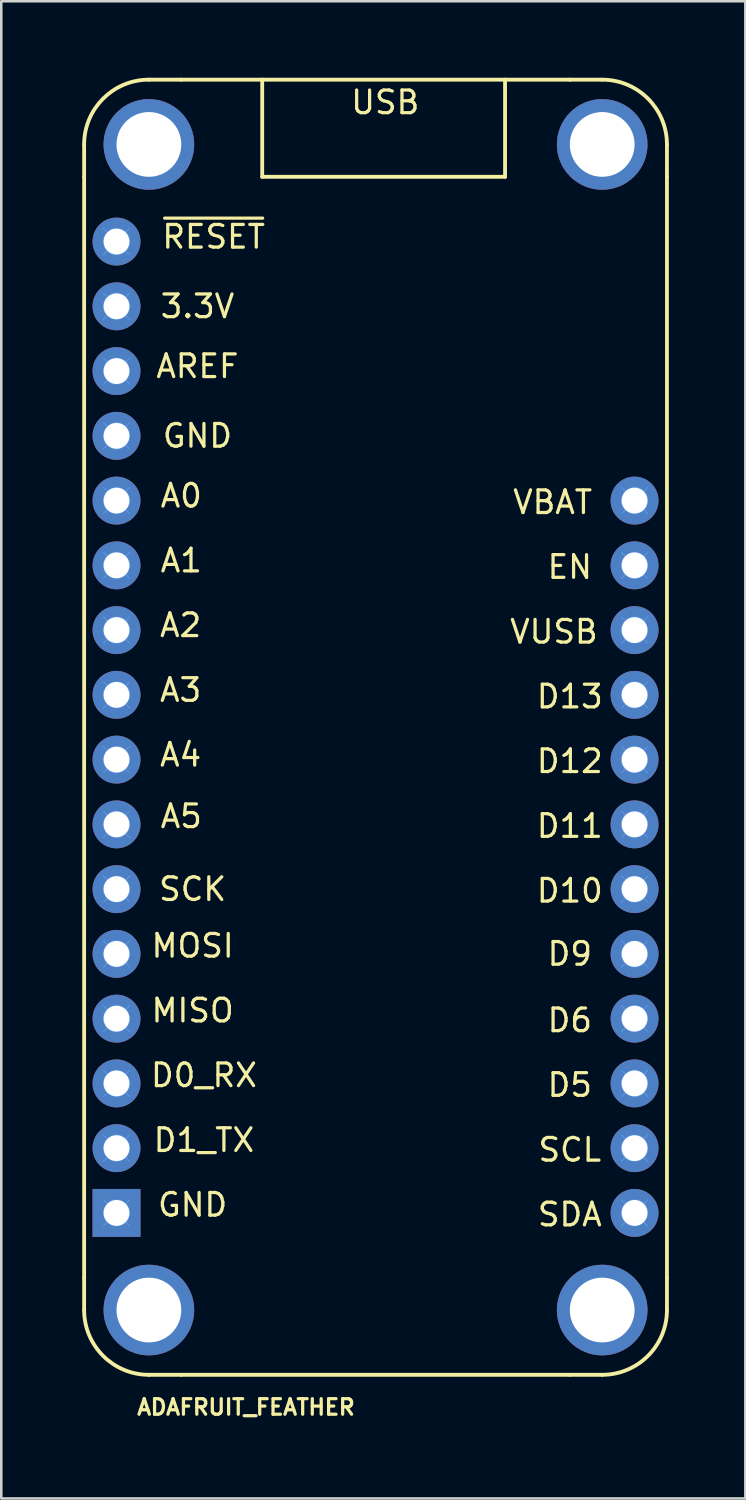
<source format=kicad_pcb>
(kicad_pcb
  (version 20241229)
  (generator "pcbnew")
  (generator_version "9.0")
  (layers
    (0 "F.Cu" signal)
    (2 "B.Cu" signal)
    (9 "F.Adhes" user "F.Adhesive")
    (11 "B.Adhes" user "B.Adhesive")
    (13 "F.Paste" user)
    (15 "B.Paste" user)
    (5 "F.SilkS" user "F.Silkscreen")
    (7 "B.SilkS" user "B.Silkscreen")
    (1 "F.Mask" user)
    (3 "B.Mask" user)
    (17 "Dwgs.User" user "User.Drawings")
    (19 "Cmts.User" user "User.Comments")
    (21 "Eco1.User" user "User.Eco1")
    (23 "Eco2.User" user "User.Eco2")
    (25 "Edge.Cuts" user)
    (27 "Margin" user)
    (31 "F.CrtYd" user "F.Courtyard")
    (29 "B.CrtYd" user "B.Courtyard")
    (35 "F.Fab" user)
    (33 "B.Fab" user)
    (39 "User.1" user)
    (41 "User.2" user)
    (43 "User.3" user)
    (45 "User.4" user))
  (footprint "ADAFRUIT_FEATHER"
    (layer "F.Cu")
    (at 0.25 50.875)
    (property "Reference" "ADAFRUIT_FEATHER" (at 6.35 1.27 0) (layer "F.SilkS") (effects (font (size 0.61 0.61) (thickness 0.127))))
    (attr exclude_from_pos_files exclude_from_bom)
    (fp_line (start 0 -48.26) (end 0 -46.99) (stroke (width 0.15) (type solid)) (layer "F.SilkS"))
    (fp_line (start 0 -46.99) (end 0 -3.81) (stroke (width 0.15) (type solid)) (layer "F.SilkS"))
    (fp_line (start 0 -2.54) (end 0 -3.81) (stroke (width 0.15) (type solid)) (layer "F.SilkS"))
    (fp_line (start 2.54 -50.8) (end 3.81 -50.8) (stroke (width 0.15) (type solid)) (layer "F.SilkS"))
    (fp_line (start 2.54 0) (end 3.81 0) (stroke (width 0.15) (type solid)) (layer "F.SilkS"))
    (fp_line (start 3.81 0) (end 19.05 0) (stroke (width 0.15) (type solid)) (layer "F.SilkS"))
    (fp_line (start 6.985 -50.8) (end 6.985 -46.99) (stroke (width 0.15) (type solid)) (layer "F.SilkS"))
    (fp_line (start 6.985 -46.99) (end 16.51 -46.99) (stroke (width 0.15) (type solid)) (layer "F.SilkS"))
    (fp_line (start 16.51 -46.99) (end 16.51 -50.8) (stroke (width 0.15) (type solid)) (layer "F.SilkS"))
    (fp_line (start 19.05 -50.8) (end 3.81 -50.8) (stroke (width 0.15) (type solid)) (layer "F.SilkS"))
    (fp_line (start 19.05 -50.8) (end 20.32 -50.8) (stroke (width 0.15) (type solid)) (layer "F.SilkS"))
    (fp_line (start 19.05 0) (end 20.32 0) (stroke (width 0.15) (type solid)) (layer "F.SilkS"))
    (fp_line (start 22.86 -46.99) (end 22.86 -48.26) (stroke (width 0.15) (type solid)) (layer "F.SilkS"))
    (fp_line (start 22.86 -3.81) (end 22.86 -46.99) (stroke (width 0.15) (type solid)) (layer "F.SilkS"))
    (fp_line (start 22.86 -3.81) (end 22.86 -2.54) (stroke (width 0.15) (type solid)) (layer "F.SilkS"))
    (fp_arc (start 0 -48.26) (mid 0.743949 -50.056051) (end 2.54 -50.8) (stroke (width 0.15) (type solid)) (layer "F.SilkS"))
    (fp_arc (start 2.54 0) (mid 0.743949 -0.743949) (end 0 -2.54) (stroke (width 0.15) (type solid)) (layer "F.SilkS"))
    (fp_arc (start 20.32 -50.8) (mid 22.116051 -50.056051) (end 22.86 -48.26) (stroke (width 0.15) (type solid)) (layer "F.SilkS"))
    (fp_arc (start 22.86 -2.54) (mid 22.116051 -0.743949) (end 20.32 0) (stroke (width 0.15) (type solid)) (layer "F.SilkS"))
    (fp_line (start 0.762 -44.958) (end 1.778 -43.942) (stroke (width 0.05) (type solid)) (layer "Cmts.User"))
    (fp_line (start 0.762 -42.418) (end 1.778 -41.402) (stroke (width 0.05) (type solid)) (layer "Cmts.User"))
    (fp_line (start 0.762 -39.878) (end 1.778 -38.862) (stroke (width 0.05) (type solid)) (layer "Cmts.User"))
    (fp_line (start 0.762 -37.338) (end 1.778 -36.322) (stroke (width 0.05) (type solid)) (layer "Cmts.User"))
    (fp_line (start 0.762 -34.798) (end 1.778 -33.782) (stroke (width 0.05) (type solid)) (layer "Cmts.User"))
    (fp_line (start 0.762 -32.258) (end 1.778 -31.242) (stroke (width 0.05) (type solid)) (layer "Cmts.User"))
    (fp_line (start 0.762 -29.718) (end 1.778 -28.702) (stroke (width 0.05) (type solid)) (layer "Cmts.User"))
    (fp_line (start 0.762 -27.178) (end 1.778 -26.162) (stroke (width 0.05) (type solid)) (layer "Cmts.User"))
    (fp_line (start 0.762 -24.638) (end 1.778 -23.622) (stroke (width 0.05) (type solid)) (layer "Cmts.User"))
    (fp_line (start 0.762 -22.098) (end 1.778 -21.082) (stroke (width 0.05) (type solid)) (layer "Cmts.User"))
    (fp_line (start 0.762 -19.558) (end 1.778 -18.542) (stroke (width 0.05) (type solid)) (layer "Cmts.User"))
    (fp_line (start 0.762 -17.018) (end 1.778 -16.002) (stroke (width 0.05) (type solid)) (layer "Cmts.User"))
    (fp_line (start 0.762 -14.478) (end 1.778 -13.462) (stroke (width 0.05) (type solid)) (layer "Cmts.User"))
    (fp_line (start 0.762 -11.938) (end 1.778 -10.922) (stroke (width 0.05) (type solid)) (layer "Cmts.User"))
    (fp_line (start 0.762 -9.398) (end 1.778 -8.382) (stroke (width 0.05) (type solid)) (layer "Cmts.User"))
    (fp_line (start 0.762 -6.858) (end 1.778 -5.842) (stroke (width 0.05) (type solid)) (layer "Cmts.User"))
    (fp_line (start 1.778 -44.958) (end 0.762 -43.942) (stroke (width 0.05) (type solid)) (layer "Cmts.User"))
    (fp_line (start 1.778 -42.418) (end 0.762 -41.402) (stroke (width 0.05) (type solid)) (layer "Cmts.User"))
    (fp_line (start 1.778 -39.878) (end 0.762 -38.862) (stroke (width 0.05) (type solid)) (layer "Cmts.User"))
    (fp_line (start 1.778 -37.338) (end 0.762 -36.322) (stroke (width 0.05) (type solid)) (layer "Cmts.User"))
    (fp_line (start 1.778 -34.798) (end 0.762 -33.782) (stroke (width 0.05) (type solid)) (layer "Cmts.User"))
    (fp_line (start 1.778 -32.258) (end 0.762 -31.242) (stroke (width 0.05) (type solid)) (layer "Cmts.User"))
    (fp_line (start 1.778 -29.718) (end 0.762 -28.702) (stroke (width 0.05) (type solid)) (layer "Cmts.User"))
    (fp_line (start 1.778 -27.178) (end 0.762 -26.162) (stroke (width 0.05) (type solid)) (layer "Cmts.User"))
    (fp_line (start 1.778 -24.638) (end 0.762 -23.622) (stroke (width 0.05) (type solid)) (layer "Cmts.User"))
    (fp_line (start 1.778 -22.098) (end 0.762 -21.082) (stroke (width 0.05) (type solid)) (layer "Cmts.User"))
    (fp_line (start 1.778 -19.558) (end 0.762 -18.542) (stroke (width 0.05) (type solid)) (layer "Cmts.User"))
    (fp_line (start 1.778 -17.018) (end 0.762 -16.002) (stroke (width 0.05) (type solid)) (layer "Cmts.User"))
    (fp_line (start 1.778 -14.478) (end 0.762 -13.462) (stroke (width 0.05) (type solid)) (layer "Cmts.User"))
    (fp_line (start 1.778 -11.938) (end 0.762 -10.922) (stroke (width 0.05) (type solid)) (layer "Cmts.User"))
    (fp_line (start 1.778 -9.398) (end 0.762 -8.382) (stroke (width 0.05) (type solid)) (layer "Cmts.User"))
    (fp_line (start 1.778 -6.858) (end 0.762 -5.842) (stroke (width 0.05) (type solid)) (layer "Cmts.User"))
    (fp_line (start 21.082 -34.798) (end 22.098 -33.782) (stroke (width 0.05) (type solid)) (layer "Cmts.User"))
    (fp_line (start 21.082 -32.258) (end 22.098 -31.242) (stroke (width 0.05) (type solid)) (layer "Cmts.User"))
    (fp_line (start 21.082 -29.718) (end 22.098 -28.702) (stroke (width 0.05) (type solid)) (layer "Cmts.User"))
    (fp_line (start 21.082 -27.178) (end 22.098 -26.162) (stroke (width 0.05) (type solid)) (layer "Cmts.User"))
    (fp_line (start 21.082 -24.638) (end 22.098 -23.622) (stroke (width 0.05) (type solid)) (layer "Cmts.User"))
    (fp_line (start 21.082 -22.098) (end 22.098 -21.082) (stroke (width 0.05) (type solid)) (layer "Cmts.User"))
    (fp_line (start 21.082 -19.558) (end 22.098 -18.542) (stroke (width 0.05) (type solid)) (layer "Cmts.User"))
    (fp_line (start 21.082 -17.018) (end 22.098 -16.002) (stroke (width 0.05) (type solid)) (layer "Cmts.User"))
    (fp_line (start 21.082 -14.478) (end 22.098 -13.462) (stroke (width 0.05) (type solid)) (layer "Cmts.User"))
    (fp_line (start 21.082 -11.938) (end 22.098 -10.922) (stroke (width 0.05) (type solid)) (layer "Cmts.User"))
    (fp_line (start 21.082 -9.398) (end 22.098 -8.382) (stroke (width 0.05) (type solid)) (layer "Cmts.User"))
    (fp_line (start 21.082 -6.858) (end 22.098 -5.842) (stroke (width 0.05) (type solid)) (layer "Cmts.User"))
    (fp_line (start 22.098 -34.798) (end 21.082 -33.782) (stroke (width 0.05) (type solid)) (layer "Cmts.User"))
    (fp_line (start 22.098 -32.258) (end 21.082 -31.242) (stroke (width 0.05) (type solid)) (layer "Cmts.User"))
    (fp_line (start 22.098 -29.718) (end 21.082 -28.702) (stroke (width 0.05) (type solid)) (layer "Cmts.User"))
    (fp_line (start 22.098 -27.178) (end 21.082 -26.162) (stroke (width 0.05) (type solid)) (layer "Cmts.User"))
    (fp_line (start 22.098 -24.638) (end 21.082 -23.622) (stroke (width 0.05) (type solid)) (layer "Cmts.User"))
    (fp_line (start 22.098 -22.098) (end 21.082 -21.082) (stroke (width 0.05) (type solid)) (layer "Cmts.User"))
    (fp_line (start 22.098 -19.558) (end 21.082 -18.542) (stroke (width 0.05) (type solid)) (layer "Cmts.User"))
    (fp_line (start 22.098 -17.018) (end 21.082 -16.002) (stroke (width 0.05) (type solid)) (layer "Cmts.User"))
    (fp_line (start 22.098 -14.478) (end 21.082 -13.462) (stroke (width 0.05) (type solid)) (layer "Cmts.User"))
    (fp_line (start 22.098 -11.938) (end 21.082 -10.922) (stroke (width 0.05) (type solid)) (layer "Cmts.User"))
    (fp_line (start 22.098 -9.398) (end 21.082 -8.382) (stroke (width 0.05) (type solid)) (layer "Cmts.User"))
    (fp_line (start 22.098 -6.858) (end 21.082 -5.842) (stroke (width 0.05) (type solid)) (layer "Cmts.User"))
    (fp_circle (center 1.27 -44.45) (end 1.27 -43.942) (stroke (width 0.05) (type solid)) (fill no) (layer "Cmts.User"))
    (fp_circle (center 1.27 -41.91) (end 1.27 -41.402) (stroke (width 0.05) (type solid)) (fill no) (layer "Cmts.User"))
    (fp_circle (center 1.27 -39.37) (end 1.27 -38.862) (stroke (width 0.05) (type solid)) (fill no) (layer "Cmts.User"))
    (fp_circle (center 1.27 -36.83) (end 1.27 -36.322) (stroke (width 0.05) (type solid)) (fill no) (layer "Cmts.User"))
    (fp_circle (center 1.27 -34.29) (end 1.27 -33.782) (stroke (width 0.05) (type solid)) (fill no) (layer "Cmts.User"))
    (fp_circle (center 1.27 -31.75) (end 1.27 -31.242) (stroke (width 0.05) (type solid)) (fill no) (layer "Cmts.User"))
    (fp_circle (center 1.27 -29.21) (end 1.27 -28.702) (stroke (width 0.05) (type solid)) (fill no) (layer "Cmts.User"))
    (fp_circle (center 1.27 -26.67) (end 1.27 -26.162) (stroke (width 0.05) (type solid)) (fill no) (layer "Cmts.User"))
    (fp_circle (center 1.27 -24.13) (end 1.27 -23.622) (stroke (width 0.05) (type solid)) (fill no) (layer "Cmts.User"))
    (fp_circle (center 1.27 -21.59) (end 1.27 -21.082) (stroke (width 0.05) (type solid)) (fill no) (layer "Cmts.User"))
    (fp_circle (center 1.27 -19.05) (end 1.27 -18.542) (stroke (width 0.05) (type solid)) (fill no) (layer "Cmts.User"))
    (fp_circle (center 1.27 -16.51) (end 1.27 -16.002) (stroke (width 0.05) (type solid)) (fill no) (layer "Cmts.User"))
    (fp_circle (center 1.27 -13.97) (end 1.27 -13.462) (stroke (width 0.05) (type solid)) (fill no) (layer "Cmts.User"))
    (fp_circle (center 1.27 -11.43) (end 1.27 -10.922) (stroke (width 0.05) (type solid)) (fill no) (layer "Cmts.User"))
    (fp_circle (center 1.27 -8.89) (end 1.27 -8.382) (stroke (width 0.05) (type solid)) (fill no) (layer "Cmts.User"))
    (fp_circle (center 1.27 -6.35) (end 1.27 -5.842) (stroke (width 0.05) (type solid)) (fill no) (layer "Cmts.User"))
    (fp_circle (center 21.59 -34.29) (end 21.59 -33.782) (stroke (width 0.05) (type solid)) (fill no) (layer "Cmts.User"))
    (fp_circle (center 21.59 -31.75) (end 21.59 -31.242) (stroke (width 0.05) (type solid)) (fill no) (layer "Cmts.User"))
    (fp_circle (center 21.59 -29.21) (end 21.59 -28.702) (stroke (width 0.05) (type solid)) (fill no) (layer "Cmts.User"))
    (fp_circle (center 21.59 -26.67) (end 21.59 -26.162) (stroke (width 0.05) (type solid)) (fill no) (layer "Cmts.User"))
    (fp_circle (center 21.59 -24.13) (end 21.59 -23.622) (stroke (width 0.05) (type solid)) (fill no) (layer "Cmts.User"))
    (fp_circle (center 21.59 -21.59) (end 21.59 -21.082) (stroke (width 0.05) (type solid)) (fill no) (layer "Cmts.User"))
    (fp_circle (center 21.59 -19.05) (end 21.59 -18.542) (stroke (width 0.05) (type solid)) (fill no) (layer "Cmts.User"))
    (fp_circle (center 21.59 -16.51) (end 21.59 -16.002) (stroke (width 0.05) (type solid)) (fill no) (layer "Cmts.User"))
    (fp_circle (center 21.59 -13.97) (end 21.59 -13.462) (stroke (width 0.05) (type solid)) (fill no) (layer "Cmts.User"))
    (fp_circle (center 21.59 -11.43) (end 21.59 -10.922) (stroke (width 0.05) (type solid)) (fill no) (layer "Cmts.User"))
    (fp_circle (center 21.59 -8.89) (end 21.59 -8.382) (stroke (width 0.05) (type solid)) (fill no) (layer "Cmts.User"))
    (fp_circle (center 21.59 -6.35) (end 21.59 -5.842) (stroke (width 0.05) (type solid)) (fill no) (layer "Cmts.User"))
    (fp_text user "A4" (at 3.785 -24.32 0) (layer "F.SilkS") (effects (font (size 0.889 0.889) (thickness 0.127))))
    (fp_text user "A2" (at 3.785 -29.401 0) (layer "F.SilkS") (effects (font (size 0.889 0.889) (thickness 0.127))))
    (fp_text user "A3" (at 3.785 -26.86 0) (layer "F.SilkS") (effects (font (size 0.889 0.889) (thickness 0.127))))
    (fp_text user "MOSI" (at 4.255 -16.828 0) (layer "F.SilkS") (effects (font (size 0.889 0.889) (thickness 0.127))))
    (fp_text user "SCK" (at 4.255 -19.05 0) (layer "F.SilkS") (effects (font (size 0.889 0.889) (thickness 0.127))))
    (fp_text user "A0" (at 3.81 -34.48 0) (layer "F.SilkS") (effects (font (size 0.889 0.889) (thickness 0.127))))
    (fp_text user "D13" (at 19.05 -26.604 0) (layer "F.SilkS") (effects (font (size 0.889 0.889) (thickness 0.127))))
    (fp_text user "D9" (at 19.05 -16.51 0) (layer "F.SilkS") (effects (font (size 0.889 0.889) (thickness 0.127))))
    (fp_text user "D6" (at 19.05 -13.904 0) (layer "F.SilkS") (effects (font (size 0.889 0.889) (thickness 0.127))))
    (fp_text user "SDA" (at 19.05 -6.287 0) (layer "F.SilkS") (effects (font (size 0.889 0.889) (thickness 0.127))))
    (fp_text user "A1" (at 3.81 -31.938 0) (layer "F.SilkS") (effects (font (size 0.889 0.889) (thickness 0.127))))
    (fp_text user "D10" (at 19.05 -18.986 0) (layer "F.SilkS") (effects (font (size 0.889 0.889) (thickness 0.127))))
    (fp_text user "VBAT" (at 18.377 -34.227 0) (layer "F.SilkS") (effects (font (size 0.889 0.889) (thickness 0.127))))
    (fp_text user "USB" (at 11.811 -49.911 0) (layer "F.SilkS") (effects (font (size 0.889 0.889) (thickness 0.127))))
    (fp_text user "D11" (at 19.05 -21.526 0) (layer "F.SilkS") (effects (font (size 0.889 0.889) (thickness 0.127))))
    (fp_text user "D0_RX" (at 4.699 -11.748 0) (layer "F.SilkS") (effects (font (size 0.889 0.889) (thickness 0.127))))
    (fp_text user "A5" (at 3.81 -21.907 0) (layer "F.SilkS") (effects (font (size 0.889 0.889) (thickness 0.127))))
    (fp_text user "SCL" (at 19.05 -8.826 0) (layer "F.SilkS") (effects (font (size 0.889 0.889) (thickness 0.127))))
    (fp_text user "~{RESET}" (at 5.08 -44.638 0) (layer "F.SilkS") (effects (font (size 0.889 0.889) (thickness 0.127))))
    (fp_text user "AREF" (at 4.445 -39.56 0) (layer "F.SilkS") (effects (font (size 0.889 0.889) (thickness 0.127))))
    (fp_text user "3.3V" (at 4.445 -41.91 0) (layer "F.SilkS") (effects (font (size 0.889 0.889) (thickness 0.127))))
    (fp_text user "MISO" (at 4.255 -14.287 0) (layer "F.SilkS") (effects (font (size 0.889 0.889) (thickness 0.127))))
    (fp_text user "D5" (at 19.05 -11.367 0) (layer "F.SilkS") (effects (font (size 0.889 0.889) (thickness 0.127))))
    (fp_text user "EN" (at 19.05 -31.686 0) (layer "F.SilkS") (effects (font (size 0.889 0.889) (thickness 0.127))))
    (fp_text user "GND" (at 4.255 -6.668 0) (layer "F.SilkS") (effects (font (size 0.889 0.889) (thickness 0.127))))
    (fp_text user "D12" (at 19.05 -24.067 0) (layer "F.SilkS") (effects (font (size 0.889 0.889) (thickness 0.127))))
    (fp_text user "D1_TX" (at 4.699 -9.205 0) (layer "F.SilkS") (effects (font (size 0.889 0.889) (thickness 0.127))))
    (fp_text user "VUSB" (at 18.428 -29.146 0) (layer "F.SilkS") (effects (font (size 0.889 0.889) (thickness 0.127))))
    (fp_text user "GND" (at 4.445 -36.83 0) (layer "F.SilkS") (effects (font (size 0.889 0.889) (thickness 0.127))))
    (pad "" np_thru_hole circle (at 2.54 -48.26 90) (size 3.556 3.556) (drill 2.54) (layers "*.Cu" "*.Mask"))
    (pad "" np_thru_hole circle (at 2.54 -2.54 90) (size 3.556 3.556) (drill 2.54) (layers "*.Cu" "*.Mask"))
    (pad "" np_thru_hole circle (at 20.32 -48.26 90) (size 3.556 3.556) (drill 2.54) (layers "*.Cu" "*.Mask"))
    (pad "" np_thru_hole circle (at 20.32 -2.54 90) (size 3.556 3.556) (drill 2.54) (layers "*.Cu" "*.Mask"))
    (pad "1" thru_hole circle (at 1.27 -44.45) (size 1.88 1.88) (drill 1.016) (layers "*.Cu" "*.Mask"))
    (pad "2" thru_hole circle (at 1.27 -41.91) (size 1.88 1.88) (drill 1.016) (layers "*.Cu" "*.Mask"))
    (pad "3" thru_hole circle (at 1.27 -39.37) (size 1.88 1.88) (drill 1.016) (layers "*.Cu" "*.Mask"))
    (pad "4" thru_hole circle (at 1.27 -36.83) (size 1.88 1.88) (drill 1.016) (layers "*.Cu" "*.Mask"))
    (pad "5" thru_hole circle (at 1.27 -34.29) (size 1.88 1.88) (drill 1.016) (layers "*.Cu" "*.Mask"))
    (pad "6" thru_hole circle (at 1.27 -31.75) (size 1.88 1.88) (drill 1.016) (layers "*.Cu" "*.Mask"))
    (pad "7" thru_hole circle (at 1.27 -29.21) (size 1.88 1.88) (drill 1.016) (layers "*.Cu" "*.Mask"))
    (pad "8" thru_hole circle (at 1.27 -26.67) (size 1.88 1.88) (drill 1.016) (layers "*.Cu" "*.Mask"))
    (pad "9" thru_hole circle (at 1.27 -24.13) (size 1.88 1.88) (drill 1.016) (layers "*.Cu" "*.Mask"))
    (pad "10" thru_hole circle (at 1.27 -21.59) (size 1.88 1.88) (drill 1.016) (layers "*.Cu" "*.Mask"))
    (pad "11" thru_hole circle (at 1.27 -19.05 90) (size 1.88 1.88) (drill 1.016) (layers "*.Cu" "*.Mask"))
    (pad "12" thru_hole circle (at 1.27 -16.51) (size 1.88 1.88) (drill 1.016) (layers "*.Cu" "*.Mask"))
    (pad "13" thru_hole circle (at 1.27 -13.97) (size 1.88 1.88) (drill 1.016) (layers "*.Cu" "*.Mask"))
    (pad "14" thru_hole circle (at 1.27 -11.43) (size 1.88 1.88) (drill 1.016) (layers "*.Cu" "*.Mask"))
    (pad "15" thru_hole circle (at 1.27 -8.89) (size 1.88 1.88) (drill 1.016) (layers "*.Cu" "*.Mask"))
    (pad "16" thru_hole rect (at 1.27 -6.35) (size 1.88 1.88) (drill 1.016) (layers "*.Cu" "*.Mask"))
    (pad "17" thru_hole circle (at 21.59 -6.35) (size 1.88 1.88) (drill 1.016) (layers "*.Cu" "*.Mask"))
    (pad "18" thru_hole circle (at 21.59 -8.89) (size 1.88 1.88) (drill 1.016) (layers "*.Cu" "*.Mask"))
    (pad "19" thru_hole circle (at 21.59 -11.43) (size 1.88 1.88) (drill 1.016) (layers "*.Cu" "*.Mask"))
    (pad "20" thru_hole circle (at 21.59 -13.97) (size 1.88 1.88) (drill 1.016) (layers "*.Cu" "*.Mask"))
    (pad "21" thru_hole circle (at 21.59 -16.51) (size 1.88 1.88) (drill 1.016) (layers "*.Cu" "*.Mask"))
    (pad "22" thru_hole circle (at 21.59 -19.05) (size 1.88 1.88) (drill 1.016) (layers "*.Cu" "*.Mask"))
    (pad "23" thru_hole circle (at 21.59 -21.59) (size 1.88 1.88) (drill 1.016) (layers "*.Cu" "*.Mask"))
    (pad "24" thru_hole circle (at 21.59 -24.13) (size 1.88 1.88) (drill 1.016) (layers "*.Cu" "*.Mask"))
    (pad "25" thru_hole circle (at 21.59 -26.67) (size 1.88 1.88) (drill 1.016) (layers "*.Cu" "*.Mask"))
    (pad "26" thru_hole circle (at 21.59 -29.21) (size 1.88 1.88) (drill 1.016) (layers "*.Cu" "*.Mask"))
    (pad "27" thru_hole circle (at 21.59 -31.75) (size 1.88 1.88) (drill 1.016) (layers "*.Cu" "*.Mask"))
    (pad "28" thru_hole circle (at 21.59 -34.29) (size 1.88 1.88) (drill 1.016) (layers "*.Cu" "*.Mask")))
  (gr_rect
    (start -3 -3)
    (end 26.185 55.725)
    (stroke (width 0.1) (type default))
    (fill no)
    (layer "Edge.Cuts")))
</source>
